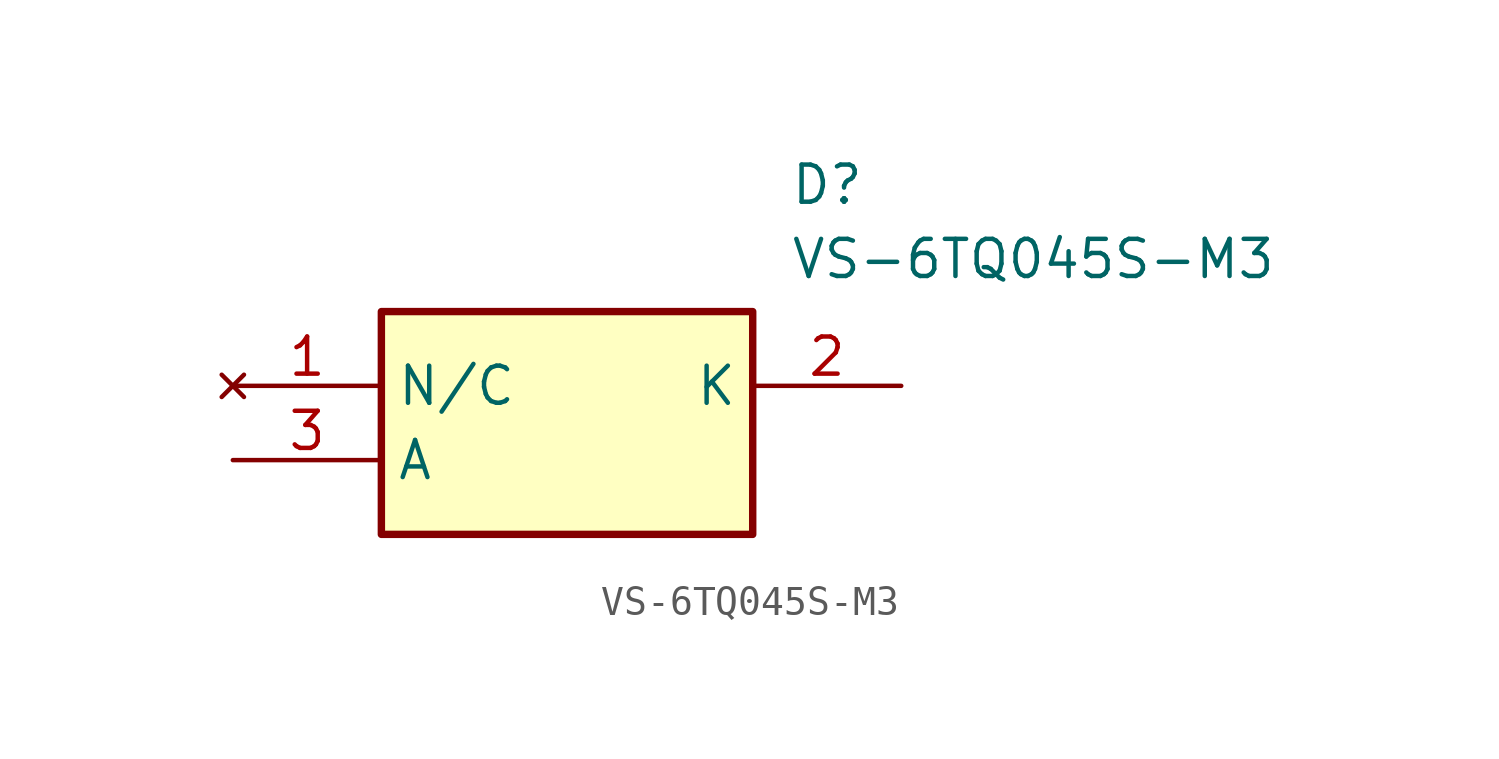
<source format=kicad_sym>
(kicad_symbol_lib
  (version 20211014)
  (generator SamacSys_ECAD_Model)
  (symbol "VS-6TQ045S-M3"
    (property "Reference" "D"
      (at 19.05 7.62 0)
      (effects (font (size 1.27 1.27)) (justify left top)))
    (property "Value" "VS-6TQ045S-M3"
      (at 19.05 5.08 0)
      (effects (font (size 1.27 1.27)) (justify left top)))
    (rectangle
      (start 5.08 2.54)
      (end 17.78 -5.08)
      (stroke (width 0.254) (type default))
      (fill (type background)))
    (pin no_connect line
      (at 0 0 0)
      (length 5.08)
      (name "N/C" (effects (font (size 1.27 1.27))))
      (number "1" (effects (font (size 1.27 1.27)))))
    (pin passive line
      (at 22.86 0 180)
      (length 5.08)
      (name "K" (effects (font (size 1.27 1.27))))
      (number "2" (effects (font (size 1.27 1.27)))))
    (pin passive line
      (at 0 -2.54 0)
      (length 5.08)
      (name "A" (effects (font (size 1.27 1.27))))
      (number "3" (effects (font (size 1.27 1.27)))))))
</source>
